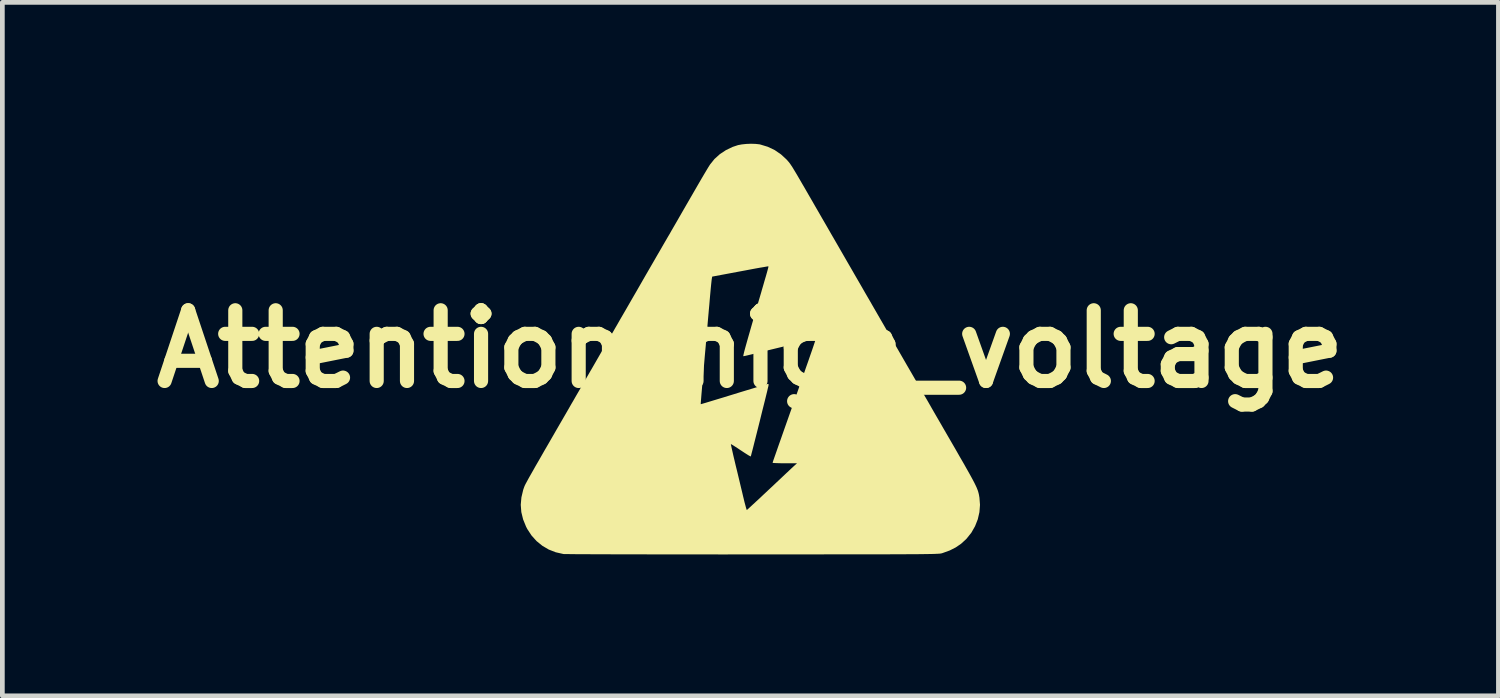
<source format=kicad_pcb>
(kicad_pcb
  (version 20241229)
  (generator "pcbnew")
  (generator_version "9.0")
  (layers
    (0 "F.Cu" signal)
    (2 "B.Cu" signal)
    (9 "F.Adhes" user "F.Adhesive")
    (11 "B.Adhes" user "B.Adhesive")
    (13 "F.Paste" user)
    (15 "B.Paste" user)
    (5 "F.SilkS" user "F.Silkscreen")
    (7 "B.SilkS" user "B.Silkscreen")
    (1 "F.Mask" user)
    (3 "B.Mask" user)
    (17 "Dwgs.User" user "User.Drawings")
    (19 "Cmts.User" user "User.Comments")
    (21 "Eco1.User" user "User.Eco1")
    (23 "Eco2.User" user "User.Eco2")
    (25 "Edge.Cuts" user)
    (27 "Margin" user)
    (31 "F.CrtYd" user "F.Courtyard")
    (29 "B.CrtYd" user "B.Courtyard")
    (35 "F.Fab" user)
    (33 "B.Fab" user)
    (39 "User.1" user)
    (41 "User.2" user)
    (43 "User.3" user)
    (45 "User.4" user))
  (footprint "Attention_high_voltage"
    (layer "F.Cu")
    (at 12.871 4.355)
    (property "Reference" "Attention_high_voltage" (at 0 0 0) (layer "F.SilkS") (effects (font (size 1.5 1.5) (thickness 0.3))))
    (attr board_only exclude_from_pos_files exclude_from_bom)
    (fp_poly (pts (xy 0.108 -4.352) (xy 0.192 -4.343) (xy 0.21 -4.339) (xy 0.368 -4.291) (xy 0.516 -4.221) (xy 0.65 -4.129) (xy 0.764 -4.024) (xy 0.782 -4.005) (xy 0.798 -3.986) (xy 0.814 -3.968) (xy 0.83 -3.947) (xy 0.848 -3.923) (xy 0.868 -3.893) (xy 0.892 -3.857) (xy 0.919 -3.812) (xy 0.952 -3.758) (xy 0.992 -3.691) (xy 1.038 -3.612) (xy 1.093 -3.517) (xy 1.158 -3.406) (xy 1.232 -3.277) (xy 1.318 -3.129) (xy 1.371 -3.036) (xy 1.443 -2.912) (xy 1.524 -2.771) (xy 1.614 -2.616) (xy 1.708 -2.452) (xy 1.806 -2.283) (xy 1.903 -2.115) (xy 1.998 -1.95) (xy 2.088 -1.794) (xy 2.141 -1.703) (xy 2.216 -1.572) (xy 2.291 -1.443) (xy 2.362 -1.32) (xy 2.429 -1.203) (xy 2.491 -1.096) (xy 2.546 -1.002) (xy 2.592 -0.921) (xy 2.629 -0.857) (xy 2.655 -0.812) (xy 2.66 -0.804) (xy 2.684 -0.762) (xy 2.719 -0.701) (xy 2.764 -0.623) (xy 2.817 -0.532) (xy 2.876 -0.429) (xy 2.941 -0.317) (xy 3.009 -0.199) (xy 3.078 -0.079) (xy 3.113 -0.019) (xy 3.185 0.106) (xy 3.257 0.231) (xy 3.328 0.354) (xy 3.396 0.471) (xy 3.459 0.58) (xy 3.515 0.677) (xy 3.562 0.759) (xy 3.6 0.823) (xy 3.61 0.842) (xy 3.687 0.976) (xy 3.764 1.108) (xy 3.837 1.236) (xy 3.907 1.358) (xy 3.972 1.47) (xy 4.03 1.57) (xy 4.08 1.657) (xy 4.121 1.728) (xy 4.151 1.779) (xy 4.158 1.792) (xy 4.266 1.978) (xy 4.361 2.142) (xy 4.444 2.288) (xy 4.518 2.415) (xy 4.581 2.527) (xy 4.636 2.624) (xy 4.682 2.707) (xy 4.721 2.779) (xy 4.753 2.84) (xy 4.779 2.893) (xy 4.8 2.938) (xy 4.816 2.978) (xy 4.829 3.012) (xy 4.838 3.044) (xy 4.846 3.075) (xy 4.852 3.105) (xy 4.857 3.137) (xy 4.86 3.151) (xy 4.872 3.306) (xy 4.86 3.461) (xy 4.825 3.613) (xy 4.767 3.76) (xy 4.689 3.897) (xy 4.59 4.021) (xy 4.574 4.038) (xy 4.47 4.133) (xy 4.357 4.21) (xy 4.231 4.274) (xy 4.085 4.327) (xy 4.063 4.334) (xy 4.055 4.336) (xy 4.045 4.338) (xy 4.032 4.34) (xy 4.016 4.342) (xy 3.995 4.343) (xy 3.969 4.345) (xy 3.937 4.346) (xy 3.898 4.348) (xy 3.851 4.349) (xy 3.795 4.35) (xy 3.73 4.351) (xy 3.655 4.352) (xy 3.568 4.353) (xy 3.47 4.353) (xy 3.358 4.354) (xy 3.232 4.355) (xy 3.092 4.355) (xy 2.937 4.356) (xy 2.765 4.356) (xy 2.576 4.356) (xy 2.369 4.357) (xy 2.143 4.357) (xy 1.897 4.357) (xy 1.631 4.357) (xy 1.343 4.358) (xy 1.033 4.358) (xy 0.699 4.358) (xy 0.342 4.358) (xy 0.045 4.358) (xy -0.272 4.358) (xy -0.582 4.359) (xy -0.885 4.358) (xy -1.179 4.358) (xy -1.465 4.358) (xy -1.74 4.358) (xy -2.004 4.358) (xy -2.256 4.357) (xy -2.495 4.357) (xy -2.72 4.357) (xy -2.929 4.356) (xy -3.122 4.355) (xy -3.298 4.355) (xy -3.456 4.354) (xy -3.595 4.354) (xy -3.713 4.353) (xy -3.811 4.352) (xy -3.886 4.351) (xy -3.938 4.351) (xy -3.966 4.35) (xy -3.97 4.349) (xy -4.129 4.313) (xy -4.278 4.255) (xy -4.414 4.175) (xy -4.537 4.075) (xy -4.644 3.956) (xy -4.733 3.82) (xy -4.759 3.77) (xy -4.822 3.615) (xy -4.86 3.46) (xy -4.872 3.305) (xy -4.858 3.148) (xy -4.82 2.988) (xy -4.815 2.973) (xy -4.81 2.959) (xy -4.806 2.947) (xy -4.801 2.934) (xy -4.796 2.92) (xy -4.789 2.903) (xy -4.78 2.884) (xy -4.768 2.86) (xy -4.752 2.831) (xy -4.733 2.796) (xy -4.71 2.753) (xy -4.681 2.701) (xy -4.646 2.64) (xy -4.605 2.568) (xy -4.558 2.484) (xy -4.502 2.388) (xy -4.439 2.278) (xy -4.367 2.152) (xy -4.285 2.011) (xy -4.194 1.853) (xy -4.092 1.676) (xy -3.979 1.481) (xy -3.854 1.265) (xy -3.8 1.17) (xy -1.053 1.17) (xy -1.053 1.171) (xy -1.041 1.168) (xy -1.006 1.158) (xy -0.951 1.142) (xy -0.879 1.12) (xy -0.79 1.093) (xy -0.688 1.062) (xy -0.575 1.028) (xy -0.452 0.99) (xy -0.344 0.957) (xy -0.215 0.917) (xy -0.093 0.88) (xy 0.02 0.846) (xy 0.121 0.815) (xy 0.209 0.789) (xy 0.28 0.767) (xy 0.334 0.752) (xy 0.367 0.742) (xy 0.377 0.74) (xy 0.386 0.747) (xy 0.385 0.772) (xy 0.382 0.788) (xy 0.37 0.836) (xy 0.355 0.902) (xy 0.335 0.983) (xy 0.312 1.077) (xy 0.286 1.181) (xy 0.258 1.292) (xy 0.229 1.409) (xy 0.2 1.528) (xy 0.17 1.647) (xy 0.141 1.762) (xy 0.113 1.873) (xy 0.087 1.975) (xy 0.064 2.067) (xy 0.044 2.146) (xy 0.027 2.209) (xy 0.016 2.253) (xy 0.009 2.277) (xy 0.008 2.28) (xy -0.004 2.275) (xy -0.034 2.259) (xy -0.079 2.231) (xy -0.134 2.196) (xy -0.197 2.154) (xy -0.204 2.15) (xy -0.268 2.107) (xy -0.324 2.071) (xy -0.369 2.042) (xy -0.4 2.024) (xy -0.414 2.017) (xy -0.414 2.017) (xy -0.412 2.03) (xy -0.405 2.065) (xy -0.393 2.12) (xy -0.377 2.19) (xy -0.358 2.275) (xy -0.335 2.37) (xy -0.312 2.469) (xy -0.283 2.586) (xy -0.254 2.707) (xy -0.225 2.828) (xy -0.198 2.942) (xy -0.173 3.045) (xy -0.153 3.131) (xy -0.144 3.167) (xy -0.126 3.243) (xy -0.108 3.31) (xy -0.094 3.363) (xy -0.083 3.399) (xy -0.076 3.416) (xy -0.075 3.416) (xy -0.064 3.407) (xy -0.036 3.382) (xy 0.006 3.343) (xy 0.06 3.293) (xy 0.125 3.233) (xy 0.199 3.165) (xy 0.278 3.09) (xy 0.302 3.068) (xy 0.388 2.987) (xy 0.473 2.908) (xy 0.553 2.832) (xy 0.627 2.763) (xy 0.69 2.703) (xy 0.741 2.655) (xy 0.776 2.622) (xy 0.778 2.621) (xy 0.827 2.574) (xy 0.875 2.529) (xy 0.915 2.492) (xy 0.938 2.471) (xy 0.989 2.425) (xy 0.73 2.424) (xy 0.652 2.424) (xy 0.584 2.422) (xy 0.528 2.42) (xy 0.49 2.418) (xy 0.473 2.415) (xy 0.472 2.414) (xy 0.472 2.412) (xy 0.473 2.409) (xy 0.475 2.402) (xy 0.478 2.392) (xy 0.483 2.377) (xy 0.49 2.355) (xy 0.501 2.325) (xy 0.514 2.287) (xy 0.531 2.239) (xy 0.552 2.179) (xy 0.577 2.107) (xy 0.607 2.021) (xy 0.643 1.92) (xy 0.684 1.803) (xy 0.731 1.669) (xy 0.785 1.516) (xy 0.846 1.343) (xy 0.915 1.149) (xy 0.991 0.933) (xy 1.029 0.825) (xy 1.084 0.67) (xy 1.136 0.521) (xy 1.184 0.382) (xy 1.23 0.252) (xy 1.27 0.136) (xy 1.306 0.033) (xy 1.336 -0.055) (xy 1.359 -0.124) (xy 1.376 -0.175) (xy 1.385 -0.204) (xy 1.387 -0.212) (xy 1.374 -0.21) (xy 1.338 -0.202) (xy 1.281 -0.19) (xy 1.204 -0.172) (xy 1.11 -0.15) (xy 1.001 -0.124) (xy 0.878 -0.095) (xy 0.744 -0.062) (xy 0.599 -0.027) (xy 0.446 0.01) (xy 0.287 0.049) (xy 0.124 0.09) (xy 0.103 0.095) (xy 0.029 0.113) (xy -0.038 0.129) (xy -0.092 0.142) (xy -0.13 0.15) (xy -0.147 0.153) (xy -0.147 0.153) (xy -0.149 0.151) (xy -0.15 0.144) (xy -0.148 0.13) (xy -0.143 0.109) (xy -0.136 0.078) (xy -0.126 0.038) (xy -0.112 -0.014) (xy -0.094 -0.079) (xy -0.072 -0.158) (xy -0.045 -0.253) (xy -0.013 -0.364) (xy 0.024 -0.494) (xy 0.067 -0.642) (xy 0.116 -0.811) (xy 0.171 -1.002) (xy 0.234 -1.216) (xy 0.236 -1.225) (xy 0.273 -1.351) (xy 0.303 -1.456) (xy 0.328 -1.54) (xy 0.347 -1.607) (xy 0.361 -1.657) (xy 0.371 -1.695) (xy 0.378 -1.72) (xy 0.381 -1.737) (xy 0.383 -1.747) (xy 0.382 -1.752) (xy 0.381 -1.754) (xy 0.368 -1.753) (xy 0.332 -1.747) (xy 0.276 -1.737) (xy 0.203 -1.725) (xy 0.114 -1.709) (xy 0.012 -1.69) (xy -0.099 -1.669) (xy -0.217 -1.647) (xy -0.81 -1.536) (xy -0.819 -1.486) (xy -0.822 -1.463) (xy -0.827 -1.418) (xy -0.834 -1.353) (xy -0.842 -1.27) (xy -0.851 -1.172) (xy -0.861 -1.061) (xy -0.871 -0.941) (xy -0.883 -0.813) (xy -0.887 -0.765) (xy -0.901 -0.608) (xy -0.916 -0.433) (xy -0.932 -0.248) (xy -0.948 -0.06) (xy -0.965 0.126) (xy -0.98 0.303) (xy -0.994 0.463) (xy -1.001 0.536) (xy -1.012 0.66) (xy -1.022 0.776) (xy -1.031 0.882) (xy -1.039 0.975) (xy -1.045 1.053) (xy -1.05 1.113) (xy -1.053 1.153) (xy -1.053 1.17) (xy -3.8 1.17) (xy -3.757 1.097) (xy -3.694 0.987) (xy -3.63 0.877) (xy -3.57 0.772) (xy -3.513 0.674) (xy -3.463 0.587) (xy -3.42 0.513) (xy -3.388 0.457) (xy -3.374 0.434) (xy -3.336 0.368) (xy -3.29 0.288) (xy -3.24 0.201) (xy -3.19 0.114) (xy -3.157 0.057) (xy -3.108 -0.027) (xy -3.052 -0.125) (xy -2.993 -0.227) (xy -2.936 -0.326) (xy -2.896 -0.395) (xy -2.867 -0.446) (xy -2.826 -0.516) (xy -2.776 -0.604) (xy -2.717 -0.706) (xy -2.65 -0.821) (xy -2.578 -0.946) (xy -2.502 -1.078) (xy -2.422 -1.216) (xy -2.341 -1.357) (xy -2.278 -1.467) (xy -2.199 -1.604) (xy -2.122 -1.737) (xy -2.049 -1.863) (xy -1.981 -1.981) (xy -1.918 -2.089) (xy -1.863 -2.185) (xy -1.816 -2.266) (xy -1.778 -2.331) (xy -1.751 -2.378) (xy -1.735 -2.405) (xy -1.711 -2.445) (xy -1.678 -2.504) (xy -1.637 -2.575) (xy -1.591 -2.654) (xy -1.543 -2.737) (xy -1.518 -2.781) (xy -1.4 -2.986) (xy -1.293 -3.171) (xy -1.197 -3.337) (xy -1.112 -3.484) (xy -1.039 -3.61) (xy -0.977 -3.715) (xy -0.927 -3.799) (xy -0.889 -3.862) (xy -0.863 -3.903) (xy -0.856 -3.914) (xy -0.762 -4.031) (xy -0.648 -4.134) (xy -0.518 -4.22) (xy -0.376 -4.288) (xy -0.262 -4.326) (xy -0.182 -4.341) (xy -0.087 -4.351) (xy 0.012 -4.355)) (stroke (width 0) (type solid)) (fill yes) (layer "F.SilkS")))
  (gr_rect
    (start -3 -3)
    (end 28.743 11.713)
    (stroke (width 0.1) (type default))
    (fill no)
    (layer "Edge.Cuts")))
</source>
